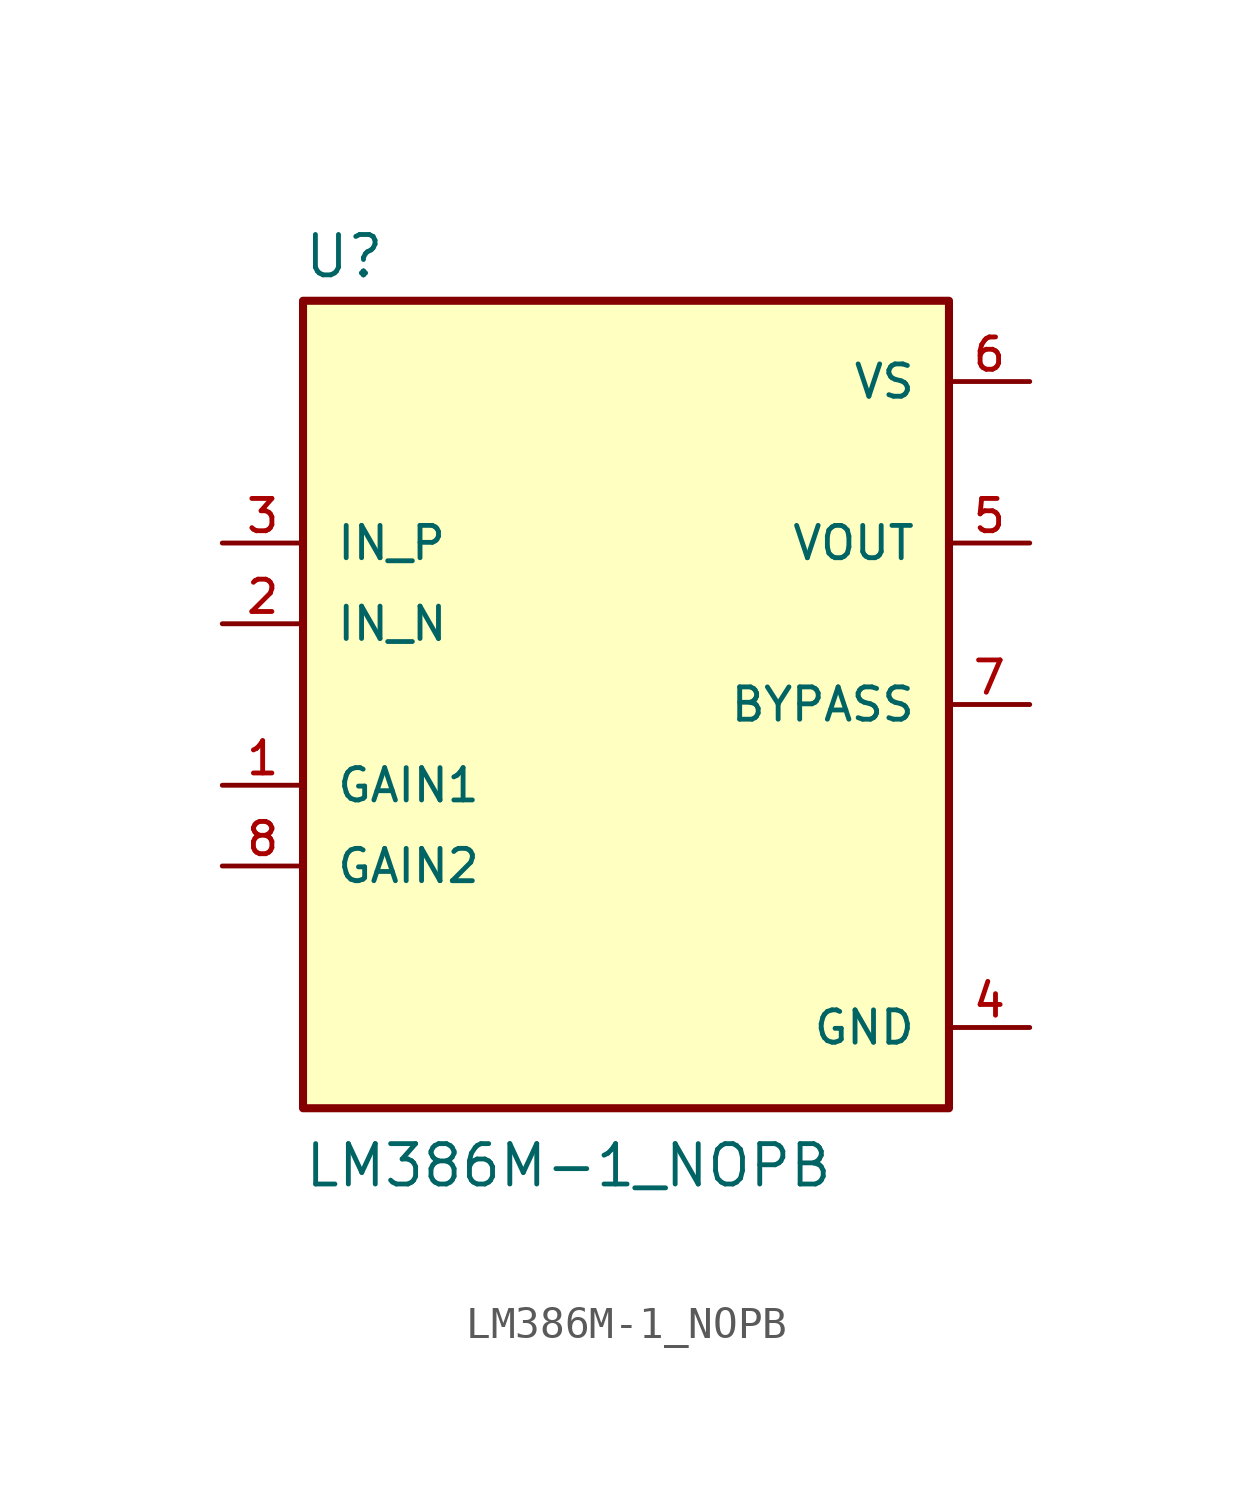
<source format=kicad_sym>
(kicad_symbol_lib
  (version 20211014)
  (generator kicad_symbol_editor)
  (symbol "LM386M-1_NOPB"
    (pin_names
      (offset 1.016))
    (property "Reference" "U"
      (at -10.173 13.352 0)
      (effects (font (size 1.27 1.27)) (justify bottom left)))
    (property "Value" "LM386M-1_NOPB"
      (at -10.165 -15.247 0)
      (effects (font (size 1.27 1.27)) (justify bottom left)))
    (symbol "LM386M-1_NOPB_0_0"
      (rectangle (start -10.16 -12.7) (end 10.16 12.7) (stroke (width 0.254)) (fill (type background)))
      (pin passive line (at -12.7 -2.54 0) (length 2.54) (name "GAIN1" (effects (font (size 1.016 1.016)))) (number "1" (effects (font (size 1.016 1.016)))))
      (pin input line (at -12.7 5.08 0) (length 2.54) (name "IN_P" (effects (font (size 1.016 1.016)))) (number "3" (effects (font (size 1.016 1.016)))))
      (pin input line (at -12.7 2.54 0) (length 2.54) (name "IN_N" (effects (font (size 1.016 1.016)))) (number "2" (effects (font (size 1.016 1.016)))))
      (pin output line (at 12.7 0.0 180.0) (length 2.54) (name "BYPASS" (effects (font (size 1.016 1.016)))) (number "7" (effects (font (size 1.016 1.016)))))
      (pin power_in line (at 12.7 10.16 180.0) (length 2.54) (name "VS" (effects (font (size 1.016 1.016)))) (number "6" (effects (font (size 1.016 1.016)))))
      (pin output line (at 12.7 5.08 180.0) (length 2.54) (name "VOUT" (effects (font (size 1.016 1.016)))) (number "5" (effects (font (size 1.016 1.016)))))
      (pin power_in line (at 12.7 -10.16 180.0) (length 2.54) (name "GND" (effects (font (size 1.016 1.016)))) (number "4" (effects (font (size 1.016 1.016)))))
      (pin passive line (at -12.7 -5.08 0) (length 2.54) (name "GAIN2" (effects (font (size 1.016 1.016)))) (number "8" (effects (font (size 1.016 1.016))))))))
</source>
